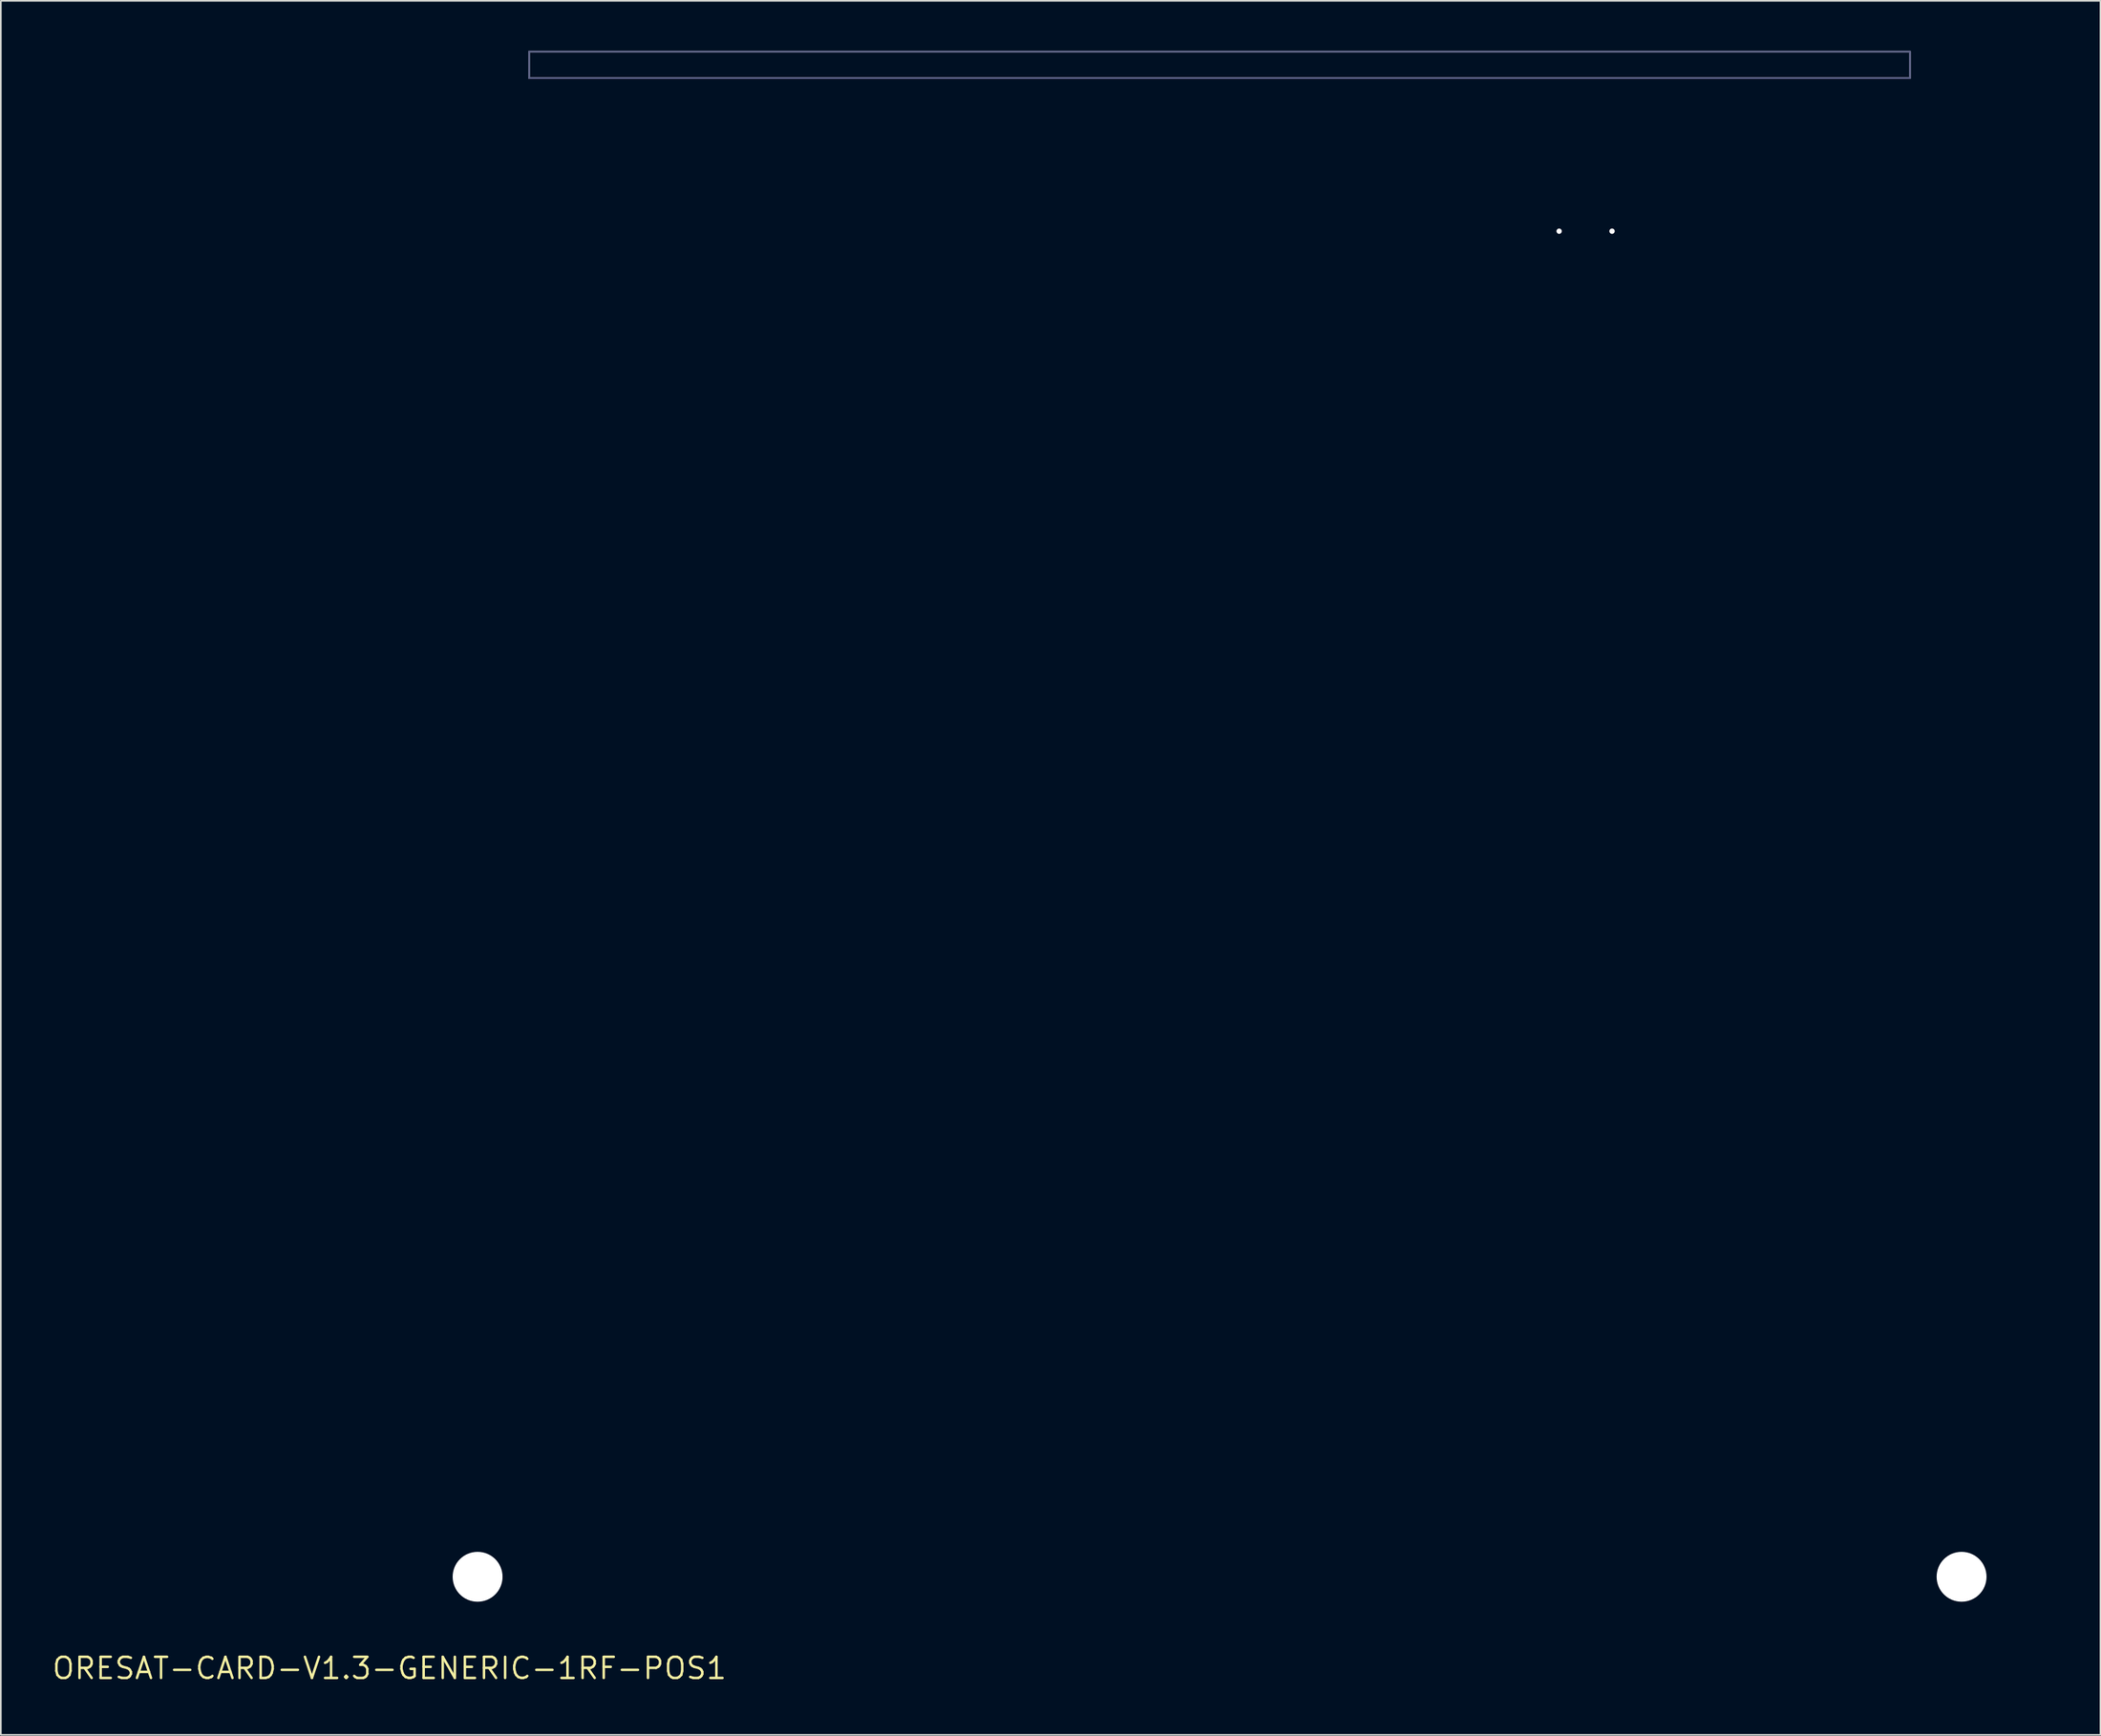
<source format=kicad_pcb>
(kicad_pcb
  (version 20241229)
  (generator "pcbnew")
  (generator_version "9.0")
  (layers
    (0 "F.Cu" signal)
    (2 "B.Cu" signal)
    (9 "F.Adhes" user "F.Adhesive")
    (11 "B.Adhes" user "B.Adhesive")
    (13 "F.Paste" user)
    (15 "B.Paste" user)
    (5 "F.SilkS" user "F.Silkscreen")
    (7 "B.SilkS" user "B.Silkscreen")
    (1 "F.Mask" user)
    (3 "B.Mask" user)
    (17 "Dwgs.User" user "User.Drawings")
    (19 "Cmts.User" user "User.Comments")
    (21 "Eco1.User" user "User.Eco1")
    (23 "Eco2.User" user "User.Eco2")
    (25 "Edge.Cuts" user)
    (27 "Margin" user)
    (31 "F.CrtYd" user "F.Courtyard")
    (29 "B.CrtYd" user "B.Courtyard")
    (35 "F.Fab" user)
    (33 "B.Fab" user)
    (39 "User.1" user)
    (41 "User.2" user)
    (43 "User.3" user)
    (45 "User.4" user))
  (footprint "ORESAT-CARD-V1.3-GENERIC-1RF-POS1"
    (layer "F.Cu")
    (at 20.358 97.25)
    (property "Reference" "ORESAT-CARD-V1.3-GENERIC-1RF-POS1" (at 0 0 0) (layer "F.SilkS") (effects (font (size 1.27 1.27) (thickness 0.15))))
    (fp_poly (pts (xy 2.75 -8.55) (xy 0.497 -8.55) (xy 0.358 -8.568) (xy 0.225 -8.623) (xy 0.111 -8.711) (xy 0.021 -8.827) (xy -0.05 -9.093) (xy -0.05 -88.821) (xy 2.75 -91.621)) (stroke (width 0) (type solid)) (fill yes) (layer "F.Mask"))
    (fp_poly (pts (xy 99.85 -88.822) (xy 99.85 -9.097) (xy 99.832 -8.958) (xy 99.777 -8.825) (xy 99.689 -8.711) (xy 99.575 -8.623) (xy 99.442 -8.568) (xy 99.303 -8.55) (xy 97.05 -8.55) (xy 97.05 -91.414)) (stroke (width 0) (type solid)) (fill yes) (layer "F.Mask"))
    (fp_poly (pts (xy 84.35 -0.497) (xy 84.332 -0.358) (xy 84.277 -0.225) (xy 84.189 -0.111) (xy 84.075 -0.023) (xy 83.942 0.032) (xy 83.803 0.05) (xy 15.997 0.05) (xy 15.858 0.032) (xy 15.725 -0.023) (xy 15.611 -0.111) (xy 15.521 -0.227) (xy 15.45 -0.493) (xy 15.45 -2.65) (xy 84.35 -2.65)) (stroke (width 0) (type solid)) (fill yes) (layer "F.Mask"))
    (fp_poly (pts (xy 2.75 -8.55) (xy 0.497 -8.55) (xy 0.358 -8.568) (xy 0.225 -8.623) (xy 0.111 -8.711) (xy 0.021 -8.827) (xy -0.05 -9.093) (xy -0.05 -88.821) (xy 2.75 -91.621)) (stroke (width 0) (type solid)) (fill yes) (layer "B.Mask"))
    (fp_poly (pts (xy 99.85 -88.822) (xy 99.85 -9.097) (xy 99.832 -8.958) (xy 99.777 -8.825) (xy 99.689 -8.711) (xy 99.575 -8.623) (xy 99.442 -8.568) (xy 99.303 -8.55) (xy 97.05 -8.55) (xy 97.05 -91.414)) (stroke (width 0) (type solid)) (fill yes) (layer "B.Mask"))
    (fp_poly (pts (xy 84.35 -0.497) (xy 84.332 -0.358) (xy 84.277 -0.225) (xy 84.189 -0.111) (xy 84.075 -0.023) (xy 83.942 0.032) (xy 83.803 0.05) (xy 15.997 0.05) (xy 15.858 0.032) (xy 15.725 -0.023) (xy 15.611 -0.111) (xy 15.521 -0.227) (xy 15.45 -0.493) (xy 15.45 -2.65) (xy 84.35 -2.65)) (stroke (width 0) (type solid)) (fill yes) (layer "B.Mask"))
    (fp_line (start 0 -88.8) (end 0 -9.1) (stroke (width 0.001) (type solid)) (layer "Cmts.User"))
    (fp_line (start 0.5 -8.6) (end 2.25 -8.6) (stroke (width 0.001) (type solid)) (layer "Cmts.User"))
    (fp_line (start 2.5 -91.3) (end 2.5 -8.6) (stroke (width 0.001) (type solid)) (layer "Cmts.User"))
    (fp_line (start 2.75 -8.1) (end 2.75 -3.4) (stroke (width 0.001) (type solid)) (layer "Cmts.User"))
    (fp_line (start 3.25 -2.9) (end 4.6 -2.9) (stroke (width 0.001) (type solid)) (layer "Cmts.User"))
    (fp_line (start 4.6 -93.4) (end 0 -88.8) (stroke (width 0.001) (type solid)) (layer "Cmts.User"))
    (fp_line (start 4.6 -2.9) (end 4.6 -93.4) (stroke (width 0.001) (type solid)) (layer "Cmts.User"))
    (fp_line (start 4.6 -2.9) (end 15 -2.9) (stroke (width 0.001) (type solid)) (layer "Cmts.User"))
    (fp_line (start 5.8 -94.6) (end 4.6 -93.4) (stroke (width 0.001) (type solid)) (layer "Cmts.User"))
    (fp_line (start 8.4 -95.6) (end 8.4 -97.2) (stroke (width 0.001) (type solid)) (layer "Cmts.User"))
    (fp_line (start 8.4 -2.9) (end 8.4 -94.6) (stroke (width 0.001) (type solid)) (layer "Cmts.User"))
    (fp_line (start 8.668 -94.6) (end 5.8 -94.6) (stroke (width 0.001) (type solid)) (layer "Cmts.User"))
    (fp_line (start 9.873 -87.9) (end 56.421 -87.9) (stroke (width 0.001) (type solid)) (layer "Cmts.User"))
    (fp_line (start 15.5 -2.4) (end 15.5 -0.5) (stroke (width 0.001) (type solid)) (layer "Cmts.User"))
    (fp_line (start 15.5 -2.4) (end 84.3 -2.4) (stroke (width 0.001) (type solid)) (layer "Cmts.User"))
    (fp_line (start 16 0) (end 83.8 0) (stroke (width 0.001) (type solid)) (layer "Cmts.User"))
    (fp_line (start 21.9 -89.9) (end 21.9 -85.9) (stroke (width 0.001) (type solid)) (layer "Cmts.User"))
    (fp_line (start 31.668 -94.6) (end 12.132 -94.6) (stroke (width 0.001) (type solid)) (layer "Cmts.User"))
    (fp_line (start 49.9 -44.572) (end 49.9 -89.9) (stroke (width 0.001) (type solid)) (layer "Cmts.User"))
    (fp_line (start 64.668 -94.6) (end 35.132 -94.6) (stroke (width 0.001) (type solid)) (layer "Cmts.User"))
    (fp_line (start 66.4 -93.6) (end 67.632 -93.6) (stroke (width 0.001) (type solid)) (layer "Cmts.User"))
    (fp_line (start 68.132 -93.1) (end 68.132 -91.1) (stroke (width 0.001) (type solid)) (layer "Cmts.User"))
    (fp_line (start 70.31 -90.6) (end 68.632 -90.6) (stroke (width 0.001) (type solid)) (layer "Cmts.User"))
    (fp_line (start 70.31 -86.9) (end 70.31 -90.6) (stroke (width 0.001) (type solid)) (layer "Cmts.User"))
    (fp_line (start 70.81 -86.4) (end 72.99 -86.4) (stroke (width 0.001) (type solid)) (layer "Cmts.User"))
    (fp_line (start 73.49 -90.6) (end 75.168 -90.6) (stroke (width 0.001) (type solid)) (layer "Cmts.User"))
    (fp_line (start 73.49 -86.9) (end 73.49 -90.6) (stroke (width 0.001) (type solid)) (layer "Cmts.User"))
    (fp_line (start 75.668 -91.1) (end 75.668 -94.1) (stroke (width 0.001) (type solid)) (layer "Cmts.User"))
    (fp_line (start 76.168 -94.6) (end 76.132 -94.6) (stroke (width 0.001) (type solid)) (layer "Cmts.User"))
    (fp_line (start 76.168 -94.6) (end 76.132 -94.6) (stroke (width 0.001) (type solid)) (layer "Cmts.User"))
    (fp_line (start 84.3 -0.5) (end 84.3 -2.4) (stroke (width 0.001) (type solid)) (layer "Cmts.User"))
    (fp_line (start 84.8 -2.9) (end 95.2 -2.9) (stroke (width 0.001) (type solid)) (layer "Cmts.User"))
    (fp_line (start 87.668 -94.6) (end 76.168 -94.6) (stroke (width 0.001) (type solid)) (layer "Cmts.User"))
    (fp_line (start 91.4 -97.2) (end 8.4 -97.2) (stroke (width 0.001) (type solid)) (layer "Cmts.User"))
    (fp_line (start 91.4 -97.2) (end 91.4 -95.6) (stroke (width 0.001) (type solid)) (layer "Cmts.User"))
    (fp_line (start 91.4 -95.6) (end 8.4 -95.6) (stroke (width 0.001) (type solid)) (layer "Cmts.User"))
    (fp_line (start 91.4 -2.9) (end 91.4 -94.6) (stroke (width 0.001) (type solid)) (layer "Cmts.User"))
    (fp_line (start 94 -94.6) (end 91.132 -94.6) (stroke (width 0.001) (type solid)) (layer "Cmts.User"))
    (fp_line (start 95.2 -93.4) (end 94 -94.6) (stroke (width 0.001) (type solid)) (layer "Cmts.User"))
    (fp_line (start 95.2 -2.9) (end 95.2 -93.4) (stroke (width 0.001) (type solid)) (layer "Cmts.User"))
    (fp_line (start 95.2 -2.9) (end 96.55 -2.9) (stroke (width 0.001) (type solid)) (layer "Cmts.User"))
    (fp_line (start 97.05 -3.4) (end 97.05 -8.1) (stroke (width 0.001) (type solid)) (layer "Cmts.User"))
    (fp_line (start 97.3 -8.55) (end 97.3 -91.3) (stroke (width 0.001) (type solid)) (layer "Cmts.User"))
    (fp_line (start 97.55 -8.6) (end 99.3 -8.6) (stroke (width 0.001) (type solid)) (layer "Cmts.User"))
    (fp_line (start 99.8 -88.8) (end 95.2 -93.4) (stroke (width 0.001) (type solid)) (layer "Cmts.User"))
    (fp_line (start 99.8 -9.1) (end 99.8 -88.8) (stroke (width 0.001) (type solid)) (layer "Cmts.User"))
    (fp_arc (start 0.5 -8.6) (mid 0.146447 -8.746447) (end 0 -9.1) (stroke (width 0.001) (type solid)) (layer "Cmts.User"))
    (fp_arc (start 2.25 -8.6) (mid 2.603553 -8.453553) (end 2.75 -8.1) (stroke (width 0.001) (type solid)) (layer "Cmts.User"))
    (fp_arc (start 3.25 -2.9) (mid 2.896447 -3.046447) (end 2.75 -3.4) (stroke (width 0.001) (type solid)) (layer "Cmts.User"))
    (fp_arc (start 12.13205 -94.6) (mid 10.400001 -93.6) (end 8.667951 -94.599999) (stroke (width 0.001) (type solid)) (layer "Cmts.User"))
    (fp_arc (start 15 -2.9) (mid 15.353553 -2.753553) (end 15.5 -2.4) (stroke (width 0.001) (type solid)) (layer "Cmts.User"))
    (fp_arc (start 16 0) (mid 15.646447 -0.146447) (end 15.5 -0.5) (stroke (width 0.001) (type solid)) (layer "Cmts.User"))
    (fp_arc (start 35.13205 -94.6) (mid 33.400001 -93.6) (end 31.667951 -94.599999) (stroke (width 0.001) (type solid)) (layer "Cmts.User"))
    (fp_arc (start 66.4 -93.6) (mid 65.400001 -93.867949) (end 64.66795 -94.599999) (stroke (width 0.001) (type solid)) (layer "Cmts.User"))
    (fp_arc (start 67.63205 -93.6) (mid 67.985603 -93.453553) (end 68.13205 -93.1) (stroke (width 0.001) (type solid)) (layer "Cmts.User"))
    (fp_arc (start 68.63205 -90.6) (mid 68.278497 -90.746447) (end 68.13205 -91.1) (stroke (width 0.001) (type solid)) (layer "Cmts.User"))
    (fp_arc (start 70.81 -86.4) (mid 70.456447 -86.546447) (end 70.31 -86.9) (stroke (width 0.001) (type solid)) (layer "Cmts.User"))
    (fp_arc (start 73.49 -86.9) (mid 73.343553 -86.546447) (end 72.99 -86.4) (stroke (width 0.001) (type solid)) (layer "Cmts.User"))
    (fp_arc (start 75.66795 -94.1) (mid 75.814397 -94.453553) (end 76.16795 -94.6) (stroke (width 0.001) (type solid)) (layer "Cmts.User"))
    (fp_arc (start 75.66795 -91.1) (mid 75.521503 -90.746447) (end 75.16795 -90.6) (stroke (width 0.001) (type solid)) (layer "Cmts.User"))
    (fp_arc (start 84.3 -2.4) (mid 84.446447 -2.753553) (end 84.8 -2.9) (stroke (width 0.001) (type solid)) (layer "Cmts.User"))
    (fp_arc (start 84.3 -0.5) (mid 84.153553 -0.146447) (end 83.8 0) (stroke (width 0.001) (type solid)) (layer "Cmts.User"))
    (fp_arc (start 91.13205 -94.6) (mid 89.400001 -93.6) (end 87.667951 -94.599999) (stroke (width 0.001) (type solid)) (layer "Cmts.User"))
    (fp_arc (start 97.05 -8.1) (mid 97.196447 -8.453553) (end 97.55 -8.6) (stroke (width 0.001) (type solid)) (layer "Cmts.User"))
    (fp_arc (start 97.05 -3.4) (mid 96.903553 -3.046447) (end 96.55 -2.9) (stroke (width 0.001) (type solid)) (layer "Cmts.User"))
    (fp_arc (start 99.8 -9.1) (mid 99.653553 -8.746447) (end 99.3 -8.6) (stroke (width 0.001) (type solid)) (layer "Cmts.User"))
    (fp_circle (center 49.9 -49.8) (end 52.4 -49.8) (stroke (width 0.001) (type solid)) (fill no) (layer "Cmts.User"))
    (fp_circle (center 70.31 -86.4) (end 70.47 -86.4) (stroke (width 0.001) (type solid)) (fill no) (layer "Cmts.User"))
    (fp_circle (center 73.49 -86.4) (end 73.65 -86.4) (stroke (width 0.001) (type solid)) (fill no) (layer "Cmts.User"))
    (fp_line (start 0 -88.8) (end 0 -9.1) (stroke (width 0.001) (type solid)) (layer "Edge.Cuts"))
    (fp_line (start 0.5 -8.6) (end 2.25 -8.6) (stroke (width 0.001) (type solid)) (layer "Edge.Cuts"))
    (fp_line (start 2.75 -8.1) (end 2.75 -3.4) (stroke (width 0.001) (type solid)) (layer "Edge.Cuts"))
    (fp_line (start 3.25 -2.9) (end 15 -2.9) (stroke (width 0.001) (type solid)) (layer "Edge.Cuts"))
    (fp_line (start 5.8 -94.6) (end 0 -88.8) (stroke (width 0.001) (type solid)) (layer "Edge.Cuts"))
    (fp_line (start 8.668 -94.6) (end 5.8 -94.6) (stroke (width 0.001) (type solid)) (layer "Edge.Cuts"))
    (fp_line (start 15.5 -2.4) (end 15.5 -0.5) (stroke (width 0.001) (type solid)) (layer "Edge.Cuts"))
    (fp_line (start 16 0) (end 83.8 0) (stroke (width 0.001) (type solid)) (layer "Edge.Cuts"))
    (fp_line (start 31.668 -94.6) (end 12.132 -94.6) (stroke (width 0.001) (type solid)) (layer "Edge.Cuts"))
    (fp_line (start 64.668 -94.6) (end 35.132 -94.6) (stroke (width 0.001) (type solid)) (layer "Edge.Cuts"))
    (fp_line (start 66.4 -93.6) (end 67.632 -93.6) (stroke (width 0.001) (type solid)) (layer "Edge.Cuts"))
    (fp_line (start 68.132 -93.1) (end 68.132 -91.1) (stroke (width 0.001) (type solid)) (layer "Edge.Cuts"))
    (fp_line (start 70.31 -90.6) (end 68.632 -90.6) (stroke (width 0.001) (type solid)) (layer "Edge.Cuts"))
    (fp_line (start 70.31 -86.9) (end 70.31 -90.6) (stroke (width 0.001) (type solid)) (layer "Edge.Cuts"))
    (fp_line (start 70.81 -86.4) (end 72.99 -86.4) (stroke (width 0.001) (type solid)) (layer "Edge.Cuts"))
    (fp_line (start 73.49 -90.6) (end 75.168 -90.6) (stroke (width 0.001) (type solid)) (layer "Edge.Cuts"))
    (fp_line (start 73.49 -86.9) (end 73.49 -90.6) (stroke (width 0.001) (type solid)) (layer "Edge.Cuts"))
    (fp_line (start 75.668 -91.1) (end 75.668 -94.1) (stroke (width 0.001) (type solid)) (layer "Edge.Cuts"))
    (fp_line (start 84.3 -0.5) (end 84.3 -2.4) (stroke (width 0.001) (type solid)) (layer "Edge.Cuts"))
    (fp_line (start 84.8 -2.9) (end 96.55 -2.9) (stroke (width 0.001) (type solid)) (layer "Edge.Cuts"))
    (fp_line (start 87.668 -94.6) (end 76.168 -94.6) (stroke (width 0.001) (type solid)) (layer "Edge.Cuts"))
    (fp_line (start 94 -94.6) (end 91.132 -94.6) (stroke (width 0.001) (type solid)) (layer "Edge.Cuts"))
    (fp_line (start 97.05 -3.4) (end 97.05 -8.1) (stroke (width 0.001) (type solid)) (layer "Edge.Cuts"))
    (fp_line (start 97.55 -8.6) (end 99.3 -8.6) (stroke (width 0.001) (type solid)) (layer "Edge.Cuts"))
    (fp_line (start 99.8 -88.8) (end 94 -94.6) (stroke (width 0.001) (type solid)) (layer "Edge.Cuts"))
    (fp_line (start 99.8 -9.1) (end 99.8 -88.8) (stroke (width 0.001) (type solid)) (layer "Edge.Cuts"))
    (fp_arc (start 0.5 -8.6) (mid 0.146447 -8.746447) (end 0 -9.1) (stroke (width 0.001) (type solid)) (layer "Edge.Cuts"))
    (fp_arc (start 2.25 -8.6) (mid 2.603553 -8.453553) (end 2.75 -8.1) (stroke (width 0.001) (type solid)) (layer "Edge.Cuts"))
    (fp_arc (start 3.25 -2.9) (mid 2.896447 -3.046447) (end 2.75 -3.4) (stroke (width 0.001) (type solid)) (layer "Edge.Cuts"))
    (fp_arc (start 12.132049 -94.599999) (mid 10.399999 -93.600001) (end 8.66795 -94.6) (stroke (width 0.001) (type solid)) (layer "Edge.Cuts"))
    (fp_arc (start 15 -2.9) (mid 15.353553 -2.753553) (end 15.5 -2.4) (stroke (width 0.001) (type solid)) (layer "Edge.Cuts"))
    (fp_arc (start 16 0) (mid 15.646447 -0.146447) (end 15.5 -0.5) (stroke (width 0.001) (type solid)) (layer "Edge.Cuts"))
    (fp_arc (start 35.132049 -94.599999) (mid 33.399999 -93.600001) (end 31.66795 -94.6) (stroke (width 0.001) (type solid)) (layer "Edge.Cuts"))
    (fp_arc (start 66.399999 -93.6) (mid 65.4 -93.867949) (end 64.66795 -94.6) (stroke (width 0.001) (type solid)) (layer "Edge.Cuts"))
    (fp_arc (start 67.63205 -93.6) (mid 67.985603 -93.453553) (end 68.13205 -93.1) (stroke (width 0.001) (type solid)) (layer "Edge.Cuts"))
    (fp_arc (start 68.63205 -90.6) (mid 68.278497 -90.746447) (end 68.13205 -91.1) (stroke (width 0.001) (type solid)) (layer "Edge.Cuts"))
    (fp_arc (start 70.81 -86.4) (mid 70.456447 -86.546447) (end 70.31 -86.9) (stroke (width 0.001) (type solid)) (layer "Edge.Cuts"))
    (fp_arc (start 73.49 -86.9) (mid 73.343553 -86.546447) (end 72.99 -86.4) (stroke (width 0.001) (type solid)) (layer "Edge.Cuts"))
    (fp_arc (start 75.66795 -94.1) (mid 75.814397 -94.453553) (end 76.16795 -94.6) (stroke (width 0.001) (type solid)) (layer "Edge.Cuts"))
    (fp_arc (start 75.66795 -91.1) (mid 75.521503 -90.746447) (end 75.16795 -90.6) (stroke (width 0.001) (type solid)) (layer "Edge.Cuts"))
    (fp_arc (start 84.3 -2.4) (mid 84.446447 -2.753553) (end 84.8 -2.9) (stroke (width 0.001) (type solid)) (layer "Edge.Cuts"))
    (fp_arc (start 84.3 -0.5) (mid 84.153553 -0.146447) (end 83.8 0) (stroke (width 0.001) (type solid)) (layer "Edge.Cuts"))
    (fp_arc (start 91.13205 -94.6) (mid 89.400001 -93.6) (end 87.667951 -94.599999) (stroke (width 0.001) (type solid)) (layer "Edge.Cuts"))
    (fp_arc (start 97.05 -8.1) (mid 97.196447 -8.453553) (end 97.55 -8.6) (stroke (width 0.001) (type solid)) (layer "Edge.Cuts"))
    (fp_arc (start 97.05 -3.4) (mid 96.903553 -3.046447) (end 96.55 -2.9) (stroke (width 0.001) (type solid)) (layer "Edge.Cuts"))
    (fp_arc (start 99.8 -9.1) (mid 99.653553 -8.746447) (end 99.3 -8.6) (stroke (width 0.001) (type solid)) (layer "Edge.Cuts"))
    (fp_line (start 4.6 -2.9) (end 4.6 -93.4) (stroke (width 0.001) (type solid)) (layer "B.CrtYd"))
    (fp_line (start 95.2 -2.9) (end 95.2 -93.4) (stroke (width 0.001) (type solid)) (layer "B.CrtYd"))
    (fp_line (start 4.6 -2.9) (end 4.6 -93.4) (stroke (width 0.001) (type solid)) (layer "F.CrtYd"))
    (fp_line (start 95.2 -2.9) (end 95.2 -93.4) (stroke (width 0.001) (type solid)) (layer "F.CrtYd"))
    (fp_line (start 4.6 -2.9) (end 4.6 -93.4) (stroke (width 0.001) (type solid)) (layer "B.Fab"))
    (fp_line (start 8.4 -2.9) (end 8.4 -94.6) (stroke (width 0.001) (type solid)) (layer "B.Fab"))
    (fp_line (start 91.4 -2.9) (end 91.4 -94.6) (stroke (width 0.001) (type solid)) (layer "B.Fab"))
    (fp_line (start 95.2 -2.9) (end 95.2 -93.4) (stroke (width 0.001) (type solid)) (layer "B.Fab"))
    (fp_poly (pts (xy 8.4 -95.6) (xy 91.4 -95.6) (xy 91.4 -97.2) (xy 8.4 -97.2)) (stroke (width 0.1) (type solid)) (fill no) (layer "B.Fab"))
    (fp_line (start 4.6 -2.9) (end 4.6 -93.4) (stroke (width 0.001) (type solid)) (layer "F.Fab"))
    (fp_line (start 8.4 -2.9) (end 8.4 -94.6) (stroke (width 0.001) (type solid)) (layer "F.Fab"))
    (fp_line (start 20.9 -87.894) (end 22.9 -87.894) (stroke (width 0.001) (type solid)) (layer "F.Fab"))
    (fp_line (start 21.9 -88.894) (end 21.9 -86.894) (stroke (width 0.001) (type solid)) (layer "F.Fab"))
    (fp_line (start 48.9 -87.894) (end 50.9 -87.894) (stroke (width 0.001) (type solid)) (layer "F.Fab"))
    (fp_line (start 48.9 -49.8) (end 50.9 -49.8) (stroke (width 0.001) (type solid)) (layer "F.Fab"))
    (fp_line (start 49.9 -88.894) (end 49.9 -86.894) (stroke (width 0.001) (type solid)) (layer "F.Fab"))
    (fp_line (start 49.9 -50.8) (end 49.9 -48.8) (stroke (width 0.001) (type solid)) (layer "F.Fab"))
    (fp_line (start 91.4 -2.9) (end 91.4 -94.6) (stroke (width 0.001) (type solid)) (layer "F.Fab"))
    (fp_line (start 95.2 -2.9) (end 95.2 -93.4) (stroke (width 0.001) (type solid)) (layer "F.Fab"))
    (fp_circle (center 21.9 -87.894) (end 22.4 -87.894) (stroke (width 0.001) (type solid)) (fill no) (layer "F.Fab"))
    (fp_circle (center 49.9 -87.894) (end 50.4 -87.894) (stroke (width 0.001) (type solid)) (fill no) (layer "F.Fab"))
    (fp_circle (center 49.9 -49.8) (end 50.4 -49.8) (stroke (width 0.001) (type solid)) (fill no) (layer "F.Fab"))
    (fp_poly (pts (xy 8.4 -95.6) (xy 91.4 -95.6) (xy 91.4 -97.2) (xy 8.4 -97.2)) (stroke (width 0.1) (type solid)) (fill no) (layer "F.Fab"))
    (pad "" np_thru_hole circle (at 5.3 -5.5) (size 3 3) (drill 3) (layers "*.Cu" "*.Mask"))
    (pad "" np_thru_hole circle (at 70.31 -86.4) (size 0.32 0.32) (drill 0.32) (layers "*.Cu" "*.Mask"))
    (pad "" np_thru_hole circle (at 73.49 -86.4) (size 0.32 0.32) (drill 0.32) (layers "*.Cu" "*.Mask"))
    (pad "" np_thru_hole circle (at 94.5 -5.5) (size 3 3) (drill 3) (layers "*.Cu" "*.Mask")))
  (gr_rect
    (start -3 -3)
    (end 123.208 101.256)
    (stroke (width 0.1) (type default))
    (fill no)
    (layer "Edge.Cuts")))
</source>
